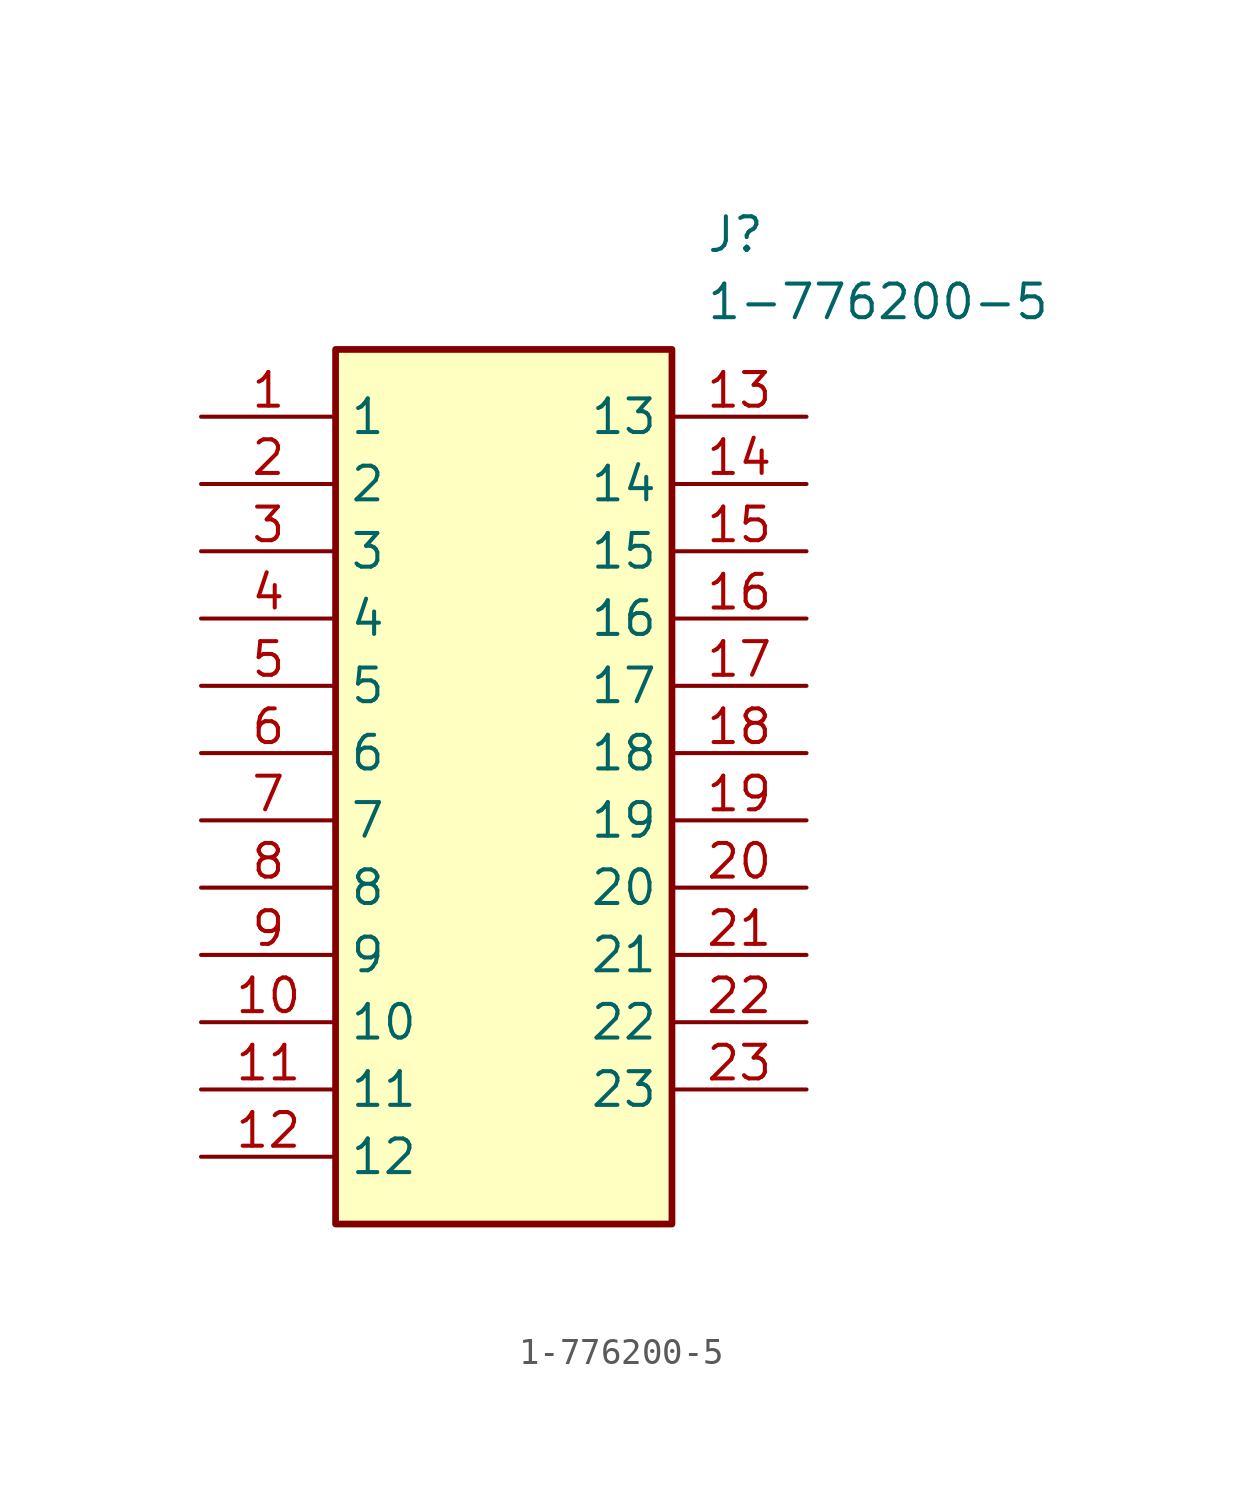
<source format=kicad_sym>
(kicad_symbol_lib
  (version 20211014)
  (generator SamacSys_ECAD_Model)
  (symbol "1-776200-5"
    (property "Reference" "J"
      (at 19.05 7.62 0)
      (effects (font (size 1.27 1.27)) (justify left top)))
    (property "Value" "1-776200-5"
      (at 19.05 5.08 0)
      (effects (font (size 1.27 1.27)) (justify left top)))
    (rectangle
      (start 5.08 2.54)
      (end 17.78 -30.48)
      (stroke (width 0.254) (type default))
      (fill (type background)))
    (pin passive line
      (at 0 0 0)
      (length 5.08)
      (name "1" (effects (font (size 1.27 1.27))))
      (number "1" (effects (font (size 1.27 1.27)))))
    (pin passive line
      (at 0 -2.54 0)
      (length 5.08)
      (name "2" (effects (font (size 1.27 1.27))))
      (number "2" (effects (font (size 1.27 1.27)))))
    (pin passive line
      (at 0 -5.08 0)
      (length 5.08)
      (name "3" (effects (font (size 1.27 1.27))))
      (number "3" (effects (font (size 1.27 1.27)))))
    (pin passive line
      (at 0 -7.62 0)
      (length 5.08)
      (name "4" (effects (font (size 1.27 1.27))))
      (number "4" (effects (font (size 1.27 1.27)))))
    (pin passive line
      (at 0 -10.16 0)
      (length 5.08)
      (name "5" (effects (font (size 1.27 1.27))))
      (number "5" (effects (font (size 1.27 1.27)))))
    (pin passive line
      (at 0 -12.7 0)
      (length 5.08)
      (name "6" (effects (font (size 1.27 1.27))))
      (number "6" (effects (font (size 1.27 1.27)))))
    (pin passive line
      (at 0 -15.24 0)
      (length 5.08)
      (name "7" (effects (font (size 1.27 1.27))))
      (number "7" (effects (font (size 1.27 1.27)))))
    (pin passive line
      (at 0 -17.78 0)
      (length 5.08)
      (name "8" (effects (font (size 1.27 1.27))))
      (number "8" (effects (font (size 1.27 1.27)))))
    (pin passive line
      (at 0 -20.32 0)
      (length 5.08)
      (name "9" (effects (font (size 1.27 1.27))))
      (number "9" (effects (font (size 1.27 1.27)))))
    (pin passive line
      (at 0 -22.86 0)
      (length 5.08)
      (name "10" (effects (font (size 1.27 1.27))))
      (number "10" (effects (font (size 1.27 1.27)))))
    (pin passive line
      (at 0 -25.4 0)
      (length 5.08)
      (name "11" (effects (font (size 1.27 1.27))))
      (number "11" (effects (font (size 1.27 1.27)))))
    (pin passive line
      (at 0 -27.94 0)
      (length 5.08)
      (name "12" (effects (font (size 1.27 1.27))))
      (number "12" (effects (font (size 1.27 1.27)))))
    (pin passive line
      (at 22.86 0 180)
      (length 5.08)
      (name "13" (effects (font (size 1.27 1.27))))
      (number "13" (effects (font (size 1.27 1.27)))))
    (pin passive line
      (at 22.86 -2.54 180)
      (length 5.08)
      (name "14" (effects (font (size 1.27 1.27))))
      (number "14" (effects (font (size 1.27 1.27)))))
    (pin passive line
      (at 22.86 -5.08 180)
      (length 5.08)
      (name "15" (effects (font (size 1.27 1.27))))
      (number "15" (effects (font (size 1.27 1.27)))))
    (pin passive line
      (at 22.86 -7.62 180)
      (length 5.08)
      (name "16" (effects (font (size 1.27 1.27))))
      (number "16" (effects (font (size 1.27 1.27)))))
    (pin passive line
      (at 22.86 -10.16 180)
      (length 5.08)
      (name "17" (effects (font (size 1.27 1.27))))
      (number "17" (effects (font (size 1.27 1.27)))))
    (pin passive line
      (at 22.86 -12.7 180)
      (length 5.08)
      (name "18" (effects (font (size 1.27 1.27))))
      (number "18" (effects (font (size 1.27 1.27)))))
    (pin passive line
      (at 22.86 -15.24 180)
      (length 5.08)
      (name "19" (effects (font (size 1.27 1.27))))
      (number "19" (effects (font (size 1.27 1.27)))))
    (pin passive line
      (at 22.86 -17.78 180)
      (length 5.08)
      (name "20" (effects (font (size 1.27 1.27))))
      (number "20" (effects (font (size 1.27 1.27)))))
    (pin passive line
      (at 22.86 -20.32 180)
      (length 5.08)
      (name "21" (effects (font (size 1.27 1.27))))
      (number "21" (effects (font (size 1.27 1.27)))))
    (pin passive line
      (at 22.86 -22.86 180)
      (length 5.08)
      (name "22" (effects (font (size 1.27 1.27))))
      (number "22" (effects (font (size 1.27 1.27)))))
    (pin passive line
      (at 22.86 -25.4 180)
      (length 5.08)
      (name "23" (effects (font (size 1.27 1.27))))
      (number "23" (effects (font (size 1.27 1.27)))))))
</source>
